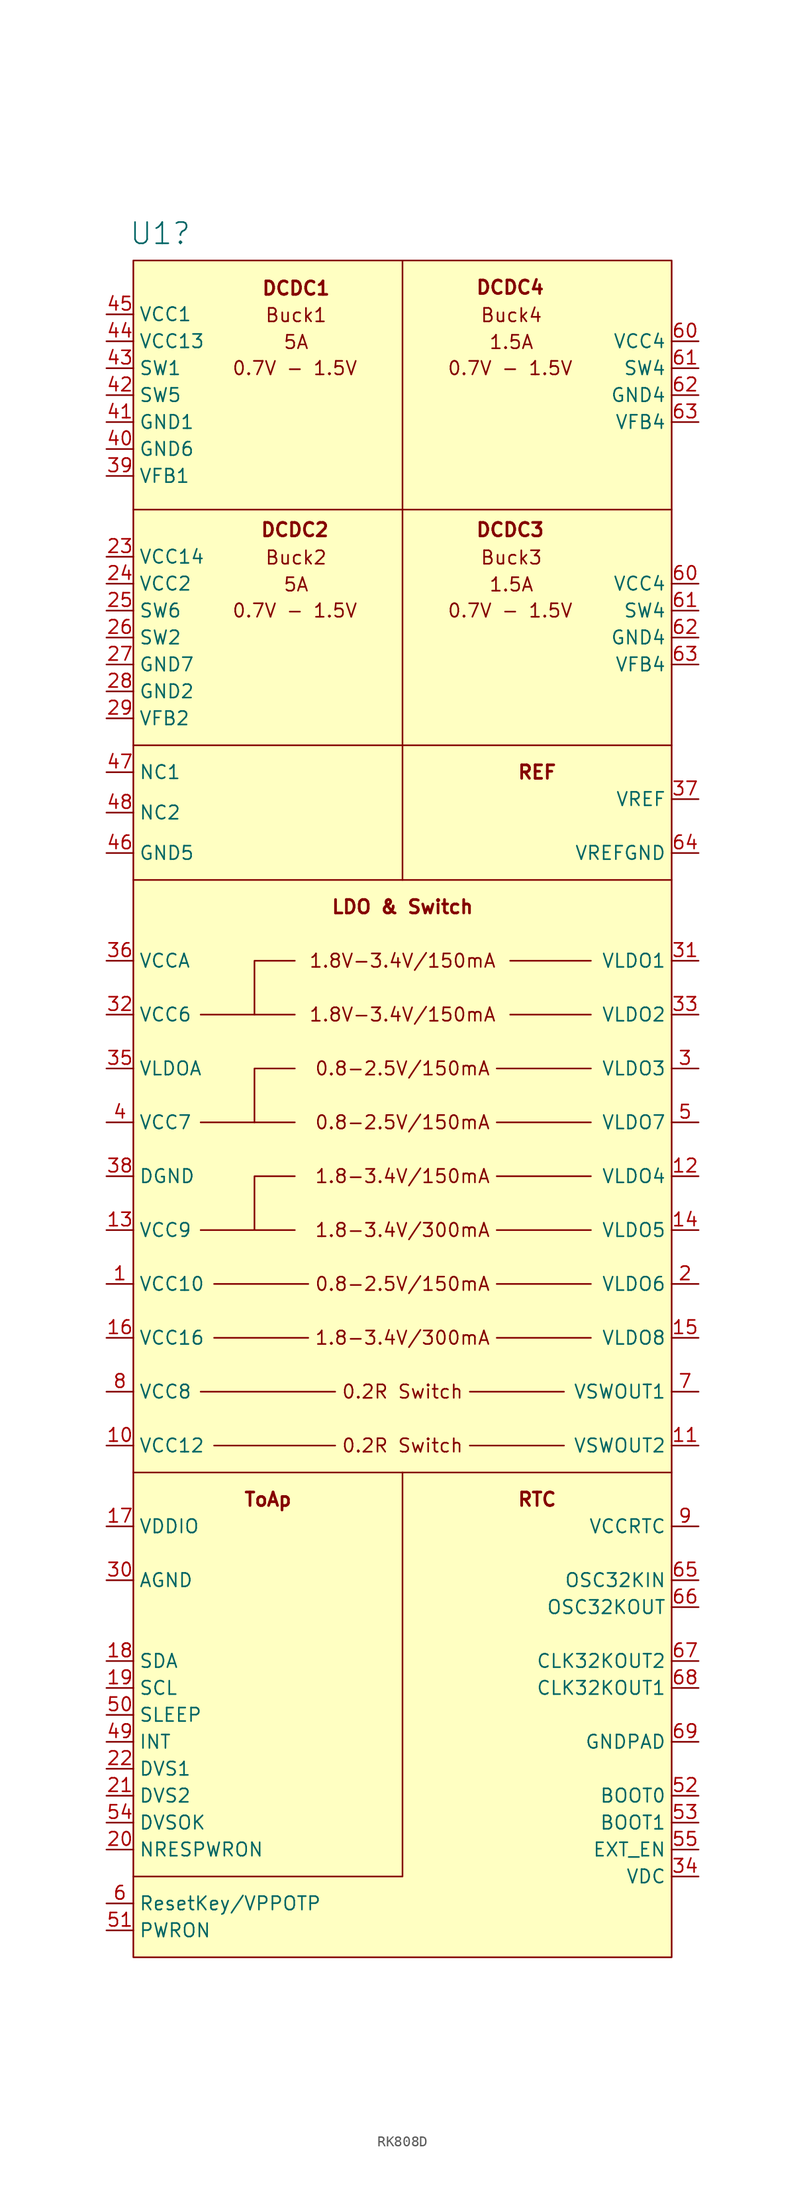
<source format=kicad_sym>
(kicad_symbol_lib
  (version 20220914)
  (generator kicad_symbol_editor)
  (symbol "RK808D"
    (property "Reference" "U1"
      (at -22.86 83.82 0)
      (effects (font (size 2 2))))
    (property "Value" ""
      (at 0 30.48 0)
      (effects (font (size 1.27 1.27))))
    (symbol "RK808D_0_1"
      (polyline (pts (xy 0 81.28) (xy 0 22.86)) (stroke (width 0) (type default)) (fill (type none)))
      (polyline (pts (xy -25.4 -33.02) (xy 25.4 -33.02) (xy 25.4 -33.02)) (stroke (width 0) (type default)) (fill (type none)))
      (polyline (pts (xy -25.4 22.86) (xy 25.4 22.86) (xy 25.4 22.86)) (stroke (width 0) (type default)) (fill (type none)))
      (polyline (pts (xy -25.4 35.56) (xy 25.4 35.56) (xy 25.4 35.56)) (stroke (width 0) (type default)) (fill (type none)))
      (polyline (pts (xy -25.4 57.785) (xy 25.4 57.785) (xy 25.4 57.785)) (stroke (width 0) (type default)) (fill (type none))))
    (symbol "RK808D_1_1"
      (rectangle (start -25.4 81.28) (end 25.4 -78.74) (stroke (width 0) (type default)) (fill (type background)))
      (polyline (pts (xy -19.05 -25.4) (xy -6.35 -25.4)) (stroke (width 0) (type default)) (fill (type none)))
      (polyline (pts (xy -19.05 -10.16) (xy -10.16 -10.16)) (stroke (width 0) (type default)) (fill (type none)))
      (polyline (pts (xy -19.05 0) (xy -10.16 0)) (stroke (width 0) (type default)) (fill (type none)))
      (polyline (pts (xy -19.05 10.16) (xy -10.16 10.16)) (stroke (width 0) (type default)) (fill (type none)))
      (polyline (pts (xy -17.78 -30.48) (xy -6.35 -30.48)) (stroke (width 0) (type default)) (fill (type none)))
      (polyline (pts (xy -17.78 -20.32) (xy -8.89 -20.32)) (stroke (width 0) (type default)) (fill (type none)))
      (polyline (pts (xy -17.78 -15.24) (xy -8.89 -15.24)) (stroke (width 0) (type default)) (fill (type none)))
      (polyline (pts (xy 6.35 -30.48) (xy 15.24 -30.48)) (stroke (width 0) (type default)) (fill (type none)))
      (polyline (pts (xy 6.35 -25.4) (xy 15.24 -25.4)) (stroke (width 0) (type default)) (fill (type none)))
      (polyline (pts (xy 8.89 -20.32) (xy 17.78 -20.32)) (stroke (width 0) (type default)) (fill (type none)))
      (polyline (pts (xy 8.89 -15.24) (xy 17.78 -15.24)) (stroke (width 0) (type default)) (fill (type none)))
      (polyline (pts (xy 8.89 -10.16) (xy 17.78 -10.16)) (stroke (width 0) (type default)) (fill (type none)))
      (polyline (pts (xy 8.89 -5.08) (xy 17.78 -5.08)) (stroke (width 0) (type default)) (fill (type none)))
      (polyline (pts (xy 8.89 0) (xy 17.78 0)) (stroke (width 0) (type default)) (fill (type none)))
      (polyline (pts (xy 8.89 5.08) (xy 17.78 5.08)) (stroke (width 0) (type default)) (fill (type none)))
      (polyline (pts (xy 10.16 10.16) (xy 17.78 10.16)) (stroke (width 0) (type default)) (fill (type none)))
      (polyline (pts (xy 10.16 15.24) (xy 17.78 15.24)) (stroke (width 0) (type default)) (fill (type none)))
      (polyline (pts (xy -25.4 -71.12) (xy 0 -71.12) (xy 0 -33.02)) (stroke (width 0) (type default)) (fill (type none)))
      (polyline (pts (xy -13.97 -10.16) (xy -13.97 -5.08) (xy -10.16 -5.08)) (stroke (width 0) (type default)) (fill (type none)))
      (polyline (pts (xy -13.97 0) (xy -13.97 5.08) (xy -10.16 5.08)) (stroke (width 0) (type default)) (fill (type none)))
      (polyline (pts (xy -13.97 10.16) (xy -13.97 15.24) (xy -10.16 15.24)) (stroke (width 0) (type default)) (fill (type none)))
      (text "0.2R Switch" (at 0 -30.48 0) (effects (font (size 1.27 1.27))))
      (text "0.2R Switch" (at 0 -25.4 0) (effects (font (size 1.27 1.27))))
      (text "0.7V - 1.5V" (at -10.16 48.26 0) (effects (font (size 1.27 1.27))))
      (text "0.7V - 1.5V" (at -10.16 71.12 0) (effects (font (size 1.27 1.27))))
      (text "0.7V - 1.5V" (at 10.16 48.26 0) (effects (font (size 1.27 1.27))))
      (text "0.7V - 1.5V" (at 10.16 71.12 0) (effects (font (size 1.27 1.27))))
      (text "0.8-2.5V/150mA" (at 0 -15.24 0) (effects (font (size 1.27 1.27))))
      (text "0.8-2.5V/150mA" (at 0 0 0) (effects (font (size 1.27 1.27))))
      (text "0.8-2.5V/150mA" (at 0 5.08 0) (effects (font (size 1.27 1.27))))
      (text "1.5A" (at 10.274 50.719 0) (effects (font (size 1.27 1.27))))
      (text "1.5A" (at 10.274 73.579 0) (effects (font (size 1.27 1.27))))
      (text "1.8-3.4V/150mA" (at 0 -5.08 0) (effects (font (size 1.27 1.27))))
      (text "1.8-3.4V/300mA" (at 0 -20.32 0) (effects (font (size 1.27 1.27))))
      (text "1.8-3.4V/300mA" (at 0 -10.16 0) (effects (font (size 1.27 1.27))))
      (text "1.8V-3.4V/150mA" (at 0 10.16 0) (effects (font (size 1.27 1.27))))
      (text "1.8V-3.4V/150mA" (at 0 15.24 0) (effects (font (size 1.27 1.27))))
      (text "5A" (at -10.046 50.719 0) (effects (font (size 1.27 1.27))))
      (text "5A" (at -10.046 73.579 0) (effects (font (size 1.27 1.27))))
      (text "Buck1" (at -10.046 76.119 0) (effects (font (size 1.27 1.27))))
      (text "Buck2" (at -10.046 53.259 0) (effects (font (size 1.27 1.27))))
      (text "Buck3" (at 10.274 53.259 0) (effects (font (size 1.27 1.27))))
      (text "Buck4" (at 10.274 76.119 0) (effects (font (size 1.27 1.27))))
      (text "DCDC1" (at -10.046 78.659 0) (effects (font (size 1.27 1.27) bold)))
      (text "DCDC2" (at -10.16 55.88 0) (effects (font (size 1.27 1.27) bold)))
      (text "DCDC3" (at 10.16 55.88 0) (effects (font (size 1.27 1.27) bold)))
      (text "DCDC4" (at 10.16 78.74 0) (effects (font (size 1.27 1.27) bold)))
      (text "LDO & Switch" (at 0 20.32 0) (effects (font (size 1.27 1.27) bold)))
      (text "REF" (at 12.7 33.02 0) (effects (font (size 1.27 1.27) bold)))
      (text "RTC" (at 12.7 -35.56 0) (effects (font (size 1.27 1.27) bold)))
      (text "ToAp" (at -12.7 -35.56 0) (effects (font (size 1.27 1.27) bold)))
      (pin input line (at -27.94 -15.24 0) (length 2.54) (name "VCC10" (effects (font (size 1.27 1.27)))) (number "1" (effects (font (size 1.27 1.27)))))
      (pin input line (at -27.94 -30.48 0) (length 2.54) (name "VCC12" (effects (font (size 1.27 1.27)))) (number "10" (effects (font (size 1.27 1.27)))))
      (pin input line (at 27.94 -30.48 180) (length 2.54) (name "VSWOUT2" (effects (font (size 1.27 1.27)))) (number "11" (effects (font (size 1.27 1.27)))))
      (pin input line (at 27.94 -5.08 180) (length 2.54) (name "VLDO4" (effects (font (size 1.27 1.27)))) (number "12" (effects (font (size 1.27 1.27)))))
      (pin input line (at -27.94 -10.16 0) (length 2.54) (name "VCC9" (effects (font (size 1.27 1.27)))) (number "13" (effects (font (size 1.27 1.27)))))
      (pin input line (at 27.94 -10.16 180) (length 2.54) (name "VLDO5" (effects (font (size 1.27 1.27)))) (number "14" (effects (font (size 1.27 1.27)))))
      (pin input line (at 27.94 -20.32 180) (length 2.54) (name "VLDO8" (effects (font (size 1.27 1.27)))) (number "15" (effects (font (size 1.27 1.27)))))
      (pin input line (at -27.94 -20.32 0) (length 2.54) (name "VCC16" (effects (font (size 1.27 1.27)))) (number "16" (effects (font (size 1.27 1.27)))))
      (pin input line (at -27.94 -38.1 0) (length 2.54) (name "VDDIO" (effects (font (size 1.27 1.27)))) (number "17" (effects (font (size 1.27 1.27)))))
      (pin input line (at -27.94 -50.8 0) (length 2.54) (name "SDA" (effects (font (size 1.27 1.27)))) (number "18" (effects (font (size 1.27 1.27)))))
      (pin input line (at -27.94 -53.34 0) (length 2.54) (name "SCL" (effects (font (size 1.27 1.27)))) (number "19" (effects (font (size 1.27 1.27)))))
      (pin input line (at 27.94 -15.24 180) (length 2.54) (name "VLDO6" (effects (font (size 1.27 1.27)))) (number "2" (effects (font (size 1.27 1.27)))))
      (pin input line (at -27.94 -68.58 0) (length 2.54) (name "NRESPWRON" (effects (font (size 1.27 1.27)))) (number "20" (effects (font (size 1.27 1.27)))))
      (pin input line (at -27.94 -63.5 0) (length 2.54) (name "DVS2" (effects (font (size 1.27 1.27)))) (number "21" (effects (font (size 1.27 1.27)))))
      (pin input line (at -27.94 -60.96 0) (length 2.54) (name "DVS1" (effects (font (size 1.27 1.27)))) (number "22" (effects (font (size 1.27 1.27)))))
      (pin input line (at -27.94 53.34 0) (length 2.54) (name "VCC14" (effects (font (size 1.27 1.27)))) (number "23" (effects (font (size 1.27 1.27)))))
      (pin input line (at -27.94 50.8 0) (length 2.54) (name "VCC2" (effects (font (size 1.27 1.27)))) (number "24" (effects (font (size 1.27 1.27)))))
      (pin input line (at -27.94 48.26 0) (length 2.54) (name "SW6" (effects (font (size 1.27 1.27)))) (number "25" (effects (font (size 1.27 1.27)))))
      (pin input line (at -27.94 45.72 0) (length 2.54) (name "SW2" (effects (font (size 1.27 1.27)))) (number "26" (effects (font (size 1.27 1.27)))))
      (pin input line (at -27.94 43.18 0) (length 2.54) (name "GND7" (effects (font (size 1.27 1.27)))) (number "27" (effects (font (size 1.27 1.27)))))
      (pin input line (at -27.94 40.64 0) (length 2.54) (name "GND2" (effects (font (size 1.27 1.27)))) (number "28" (effects (font (size 1.27 1.27)))))
      (pin input line (at -27.94 38.1 0) (length 2.54) (name "VFB2" (effects (font (size 1.27 1.27)))) (number "29" (effects (font (size 1.27 1.27)))))
      (pin input line (at 27.94 5.08 180) (length 2.54) (name "VLDO3" (effects (font (size 1.27 1.27)))) (number "3" (effects (font (size 1.27 1.27)))))
      (pin input line (at -27.94 -43.18 0) (length 2.54) (name "AGND" (effects (font (size 1.27 1.27)))) (number "30" (effects (font (size 1.27 1.27)))))
      (pin input line (at 27.94 15.24 180) (length 2.54) (name "VLDO1" (effects (font (size 1.27 1.27)))) (number "31" (effects (font (size 1.27 1.27)))))
      (pin input line (at -27.94 10.16 0) (length 2.54) (name "VCC6" (effects (font (size 1.27 1.27)))) (number "32" (effects (font (size 1.27 1.27)))))
      (pin input line (at 27.94 10.16 180) (length 2.54) (name "VLDO2" (effects (font (size 1.27 1.27)))) (number "33" (effects (font (size 1.27 1.27)))))
      (pin input line (at 27.94 -71.12 180) (length 2.54) (name "VDC" (effects (font (size 1.27 1.27)))) (number "34" (effects (font (size 1.27 1.27)))))
      (pin input line (at -27.94 5.08 0) (length 2.54) (name "VLDOA" (effects (font (size 1.27 1.27)))) (number "35" (effects (font (size 1.27 1.27)))))
      (pin input line (at -27.94 15.24 0) (length 2.54) (name "VCCA" (effects (font (size 1.27 1.27)))) (number "36" (effects (font (size 1.27 1.27)))))
      (pin input line (at 27.94 30.48 180) (length 2.54) (name "VREF" (effects (font (size 1.27 1.27)))) (number "37" (effects (font (size 1.27 1.27)))))
      (pin input line (at -27.94 -5.08 0) (length 2.54) (name "DGND" (effects (font (size 1.27 1.27)))) (number "38" (effects (font (size 1.27 1.27)))))
      (pin input line (at -27.94 60.96 0) (length 2.54) (name "VFB1" (effects (font (size 1.27 1.27)))) (number "39" (effects (font (size 1.27 1.27)))))
      (pin input line (at -27.94 0 0) (length 2.54) (name "VCC7" (effects (font (size 1.27 1.27)))) (number "4" (effects (font (size 1.27 1.27)))))
      (pin input line (at -27.94 63.5 0) (length 2.54) (name "GND6" (effects (font (size 1.27 1.27)))) (number "40" (effects (font (size 1.27 1.27)))))
      (pin input line (at -27.94 66.04 0) (length 2.54) (name "GND1" (effects (font (size 1.27 1.27)))) (number "41" (effects (font (size 1.27 1.27)))))
      (pin input line (at -27.94 68.58 0) (length 2.54) (name "SW5" (effects (font (size 1.27 1.27)))) (number "42" (effects (font (size 1.27 1.27)))))
      (pin input line (at -27.94 71.12 0) (length 2.54) (name "SW1" (effects (font (size 1.27 1.27)))) (number "43" (effects (font (size 1.27 1.27)))))
      (pin input line (at -27.94 73.66 0) (length 2.54) (name "VCC13" (effects (font (size 1.27 1.27)))) (number "44" (effects (font (size 1.27 1.27)))))
      (pin input line (at -27.94 76.2 0) (length 2.54) (name "VCC1" (effects (font (size 1.27 1.27)))) (number "45" (effects (font (size 1.27 1.27)))))
      (pin input line (at -27.94 25.4 0) (length 2.54) (name "GND5" (effects (font (size 1.27 1.27)))) (number "46" (effects (font (size 1.27 1.27)))))
      (pin input line (at -27.94 33.02 0) (length 2.54) (name "NC1" (effects (font (size 1.27 1.27)))) (number "47" (effects (font (size 1.27 1.27)))))
      (pin input line (at -27.94 29.21 0) (length 2.54) (name "NC2" (effects (font (size 1.27 1.27)))) (number "48" (effects (font (size 1.27 1.27)))))
      (pin input line (at -27.94 -58.42 0) (length 2.54) (name "INT" (effects (font (size 1.27 1.27)))) (number "49" (effects (font (size 1.27 1.27)))))
      (pin input line (at 27.94 0 180) (length 2.54) (name "VLDO7" (effects (font (size 1.27 1.27)))) (number "5" (effects (font (size 1.27 1.27)))))
      (pin input line (at -27.94 -55.88 0) (length 2.54) (name "SLEEP" (effects (font (size 1.27 1.27)))) (number "50" (effects (font (size 1.27 1.27)))))
      (pin input line (at -27.94 -76.2 0) (length 2.54) (name "PWRON" (effects (font (size 1.27 1.27)))) (number "51" (effects (font (size 1.27 1.27)))))
      (pin input line (at 27.94 -63.5 180) (length 2.54) (name "BOOT0" (effects (font (size 1.27 1.27)))) (number "52" (effects (font (size 1.27 1.27)))))
      (pin input line (at 27.94 -66.04 180) (length 2.54) (name "BOOT1" (effects (font (size 1.27 1.27)))) (number "53" (effects (font (size 1.27 1.27)))))
      (pin input line (at -27.94 -66.04 0) (length 2.54) (name "DVSOK" (effects (font (size 1.27 1.27)))) (number "54" (effects (font (size 1.27 1.27)))))
      (pin input line (at 27.94 -68.58 180) (length 2.54) (name "EXT_EN" (effects (font (size 1.27 1.27)))) (number "55" (effects (font (size 1.27 1.27)))))
      (pin input line (at -27.94 -73.66 0) (length 2.54) (name "ResetKey/VPPOTP" (effects (font (size 1.27 1.27)))) (number "6" (effects (font (size 1.27 1.27)))))
      (pin input line (at 27.94 50.8 180) (length 2.54) (name "VCC4" (effects (font (size 1.27 1.27)))) (number "60" (effects (font (size 1.27 1.27)))))
      (pin input line (at 27.94 73.66 180) (length 2.54) (name "VCC4" (effects (font (size 1.27 1.27)))) (number "60" (effects (font (size 1.27 1.27)))))
      (pin input line (at 27.94 48.26 180) (length 2.54) (name "SW4" (effects (font (size 1.27 1.27)))) (number "61" (effects (font (size 1.27 1.27)))))
      (pin input line (at 27.94 71.12 180) (length 2.54) (name "SW4" (effects (font (size 1.27 1.27)))) (number "61" (effects (font (size 1.27 1.27)))))
      (pin input line (at 27.94 45.72 180) (length 2.54) (name "GND4" (effects (font (size 1.27 1.27)))) (number "62" (effects (font (size 1.27 1.27)))))
      (pin input line (at 27.94 68.58 180) (length 2.54) (name "GND4" (effects (font (size 1.27 1.27)))) (number "62" (effects (font (size 1.27 1.27)))))
      (pin input line (at 27.94 43.18 180) (length 2.54) (name "VFB4" (effects (font (size 1.27 1.27)))) (number "63" (effects (font (size 1.27 1.27)))))
      (pin input line (at 27.94 66.04 180) (length 2.54) (name "VFB4" (effects (font (size 1.27 1.27)))) (number "63" (effects (font (size 1.27 1.27)))))
      (pin input line (at 27.94 25.4 180) (length 2.54) (name "VREFGND" (effects (font (size 1.27 1.27)))) (number "64" (effects (font (size 1.27 1.27)))))
      (pin input line (at 27.94 -43.18 180) (length 2.54) (name "OSC32KIN" (effects (font (size 1.27 1.27)))) (number "65" (effects (font (size 1.27 1.27)))))
      (pin input line (at 27.94 -45.72 180) (length 2.54) (name "OSC32KOUT" (effects (font (size 1.27 1.27)))) (number "66" (effects (font (size 1.27 1.27)))))
      (pin input line (at 27.94 -50.8 180) (length 2.54) (name "CLK32KOUT2" (effects (font (size 1.27 1.27)))) (number "67" (effects (font (size 1.27 1.27)))))
      (pin input line (at 27.94 -53.34 180) (length 2.54) (name "CLK32KOUT1" (effects (font (size 1.27 1.27)))) (number "68" (effects (font (size 1.27 1.27)))))
      (pin input line (at 27.94 -58.42 180) (length 2.54) (name "GNDPAD" (effects (font (size 1.27 1.27)))) (number "69" (effects (font (size 1.27 1.27)))))
      (pin input line (at 27.94 -25.4 180) (length 2.54) (name "VSWOUT1" (effects (font (size 1.27 1.27)))) (number "7" (effects (font (size 1.27 1.27)))))
      (pin input line (at -27.94 -25.4 0) (length 2.54) (name "VCC8" (effects (font (size 1.27 1.27)))) (number "8" (effects (font (size 1.27 1.27)))))
      (pin input line (at 27.94 -38.1 180) (length 2.54) (name "VCCRTC" (effects (font (size 1.27 1.27)))) (number "9" (effects (font (size 1.27 1.27))))))))
</source>
